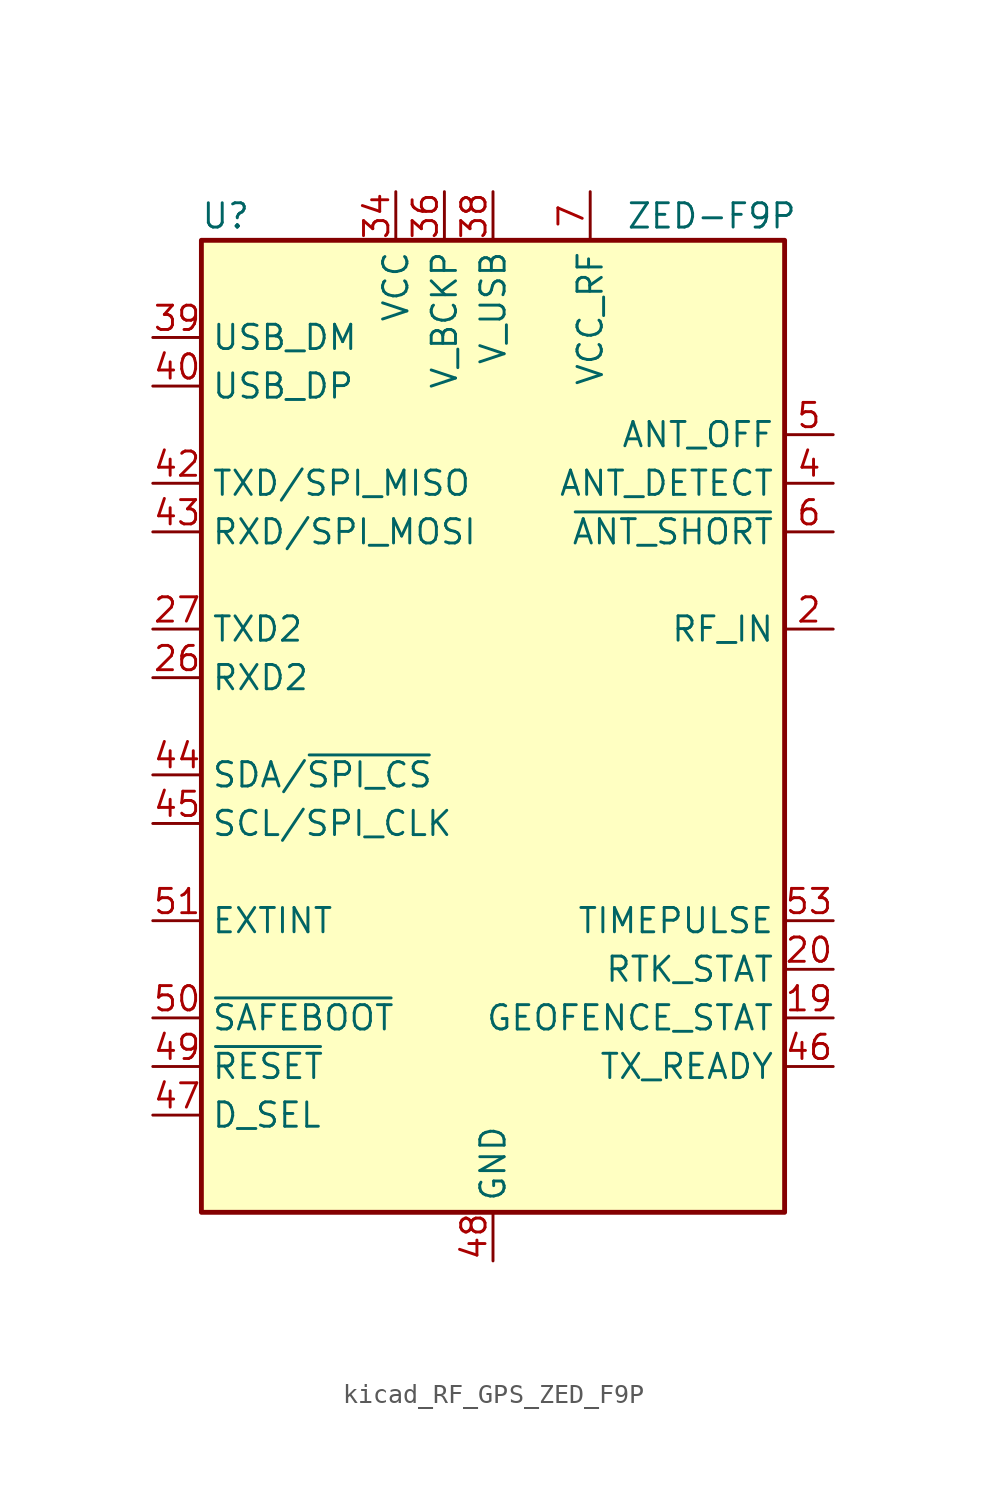
<source format=kicad_sym>
(kicad_symbol_lib
  (version 20220914)
  (generator kicad_symbol_editor)
  (symbol "kicad_RF_GPS_ZED_F9P"
    (property "Reference" "U"
      (at -13.97 26.67 0)
      (effects (font (size 1.27 1.27))))
    (property "Value" "ZED-F9P"
      (at 11.43 26.67 0)
      (effects (font (size 1.27 1.27))))
    (symbol "kicad_RF_GPS_ZED_F9P_0_1"
      (rectangle (start -15.24 25.4) (end 15.24 -25.4) (stroke (width 0.254) (type default)) (fill (type background))))
    (symbol "kicad_RF_GPS_ZED_F9P_1_1"
      (pin passive line (at 0 -27.94 90) (length 2.54) hide (name "GND" (effects (font (size 1.27 1.27)))) (number "1" (effects (font (size 1.27 1.27)))))
      (pin no_connect line (at -15.24 7.62 0) (length 2.54) hide (name "Reserved" (effects (font (size 1.27 1.27)))) (number "10" (effects (font (size 1.27 1.27)))))
      (pin no_connect line (at -15.24 0 0) (length 2.54) hide (name "Reserved" (effects (font (size 1.27 1.27)))) (number "11" (effects (font (size 1.27 1.27)))))
      (pin passive line (at 0 -27.94 90) (length 2.54) hide (name "GND" (effects (font (size 1.27 1.27)))) (number "12" (effects (font (size 1.27 1.27)))))
      (pin no_connect line (at -15.24 -7.62 0) (length 2.54) hide (name "Reserved" (effects (font (size 1.27 1.27)))) (number "13" (effects (font (size 1.27 1.27)))))
      (pin passive line (at 0 -27.94 90) (length 2.54) hide (name "GND" (effects (font (size 1.27 1.27)))) (number "14" (effects (font (size 1.27 1.27)))))
      (pin no_connect line (at -15.24 -12.7 0) (length 2.54) hide (name "Reserved" (effects (font (size 1.27 1.27)))) (number "15" (effects (font (size 1.27 1.27)))))
      (pin no_connect line (at -7.62 -25.4 90) (length 2.54) hide (name "Reserved" (effects (font (size 1.27 1.27)))) (number "16" (effects (font (size 1.27 1.27)))))
      (pin no_connect line (at -5.08 -25.4 90) (length 2.54) hide (name "Reserved" (effects (font (size 1.27 1.27)))) (number "17" (effects (font (size 1.27 1.27)))))
      (pin no_connect line (at -2.54 -25.4 90) (length 2.54) hide (name "Reserved" (effects (font (size 1.27 1.27)))) (number "18" (effects (font (size 1.27 1.27)))))
      (pin output line (at 17.78 -15.24 180) (length 2.54) (name "GEOFENCE_STAT" (effects (font (size 1.27 1.27)))) (number "19" (effects (font (size 1.27 1.27)))))
      (pin input line (at 17.78 5.08 180) (length 2.54) (name "RF_IN" (effects (font (size 1.27 1.27)))) (number "2" (effects (font (size 1.27 1.27)))))
      (pin output line (at 17.78 -12.7 180) (length 2.54) (name "RTK_STAT" (effects (font (size 1.27 1.27)))) (number "20" (effects (font (size 1.27 1.27)))))
      (pin no_connect line (at 2.54 -25.4 90) (length 2.54) hide (name "Reserved" (effects (font (size 1.27 1.27)))) (number "21" (effects (font (size 1.27 1.27)))))
      (pin no_connect line (at 5.08 -25.4 90) (length 2.54) hide (name "Reserved" (effects (font (size 1.27 1.27)))) (number "22" (effects (font (size 1.27 1.27)))))
      (pin no_connect line (at 7.62 -25.4 90) (length 2.54) hide (name "Reserved" (effects (font (size 1.27 1.27)))) (number "23" (effects (font (size 1.27 1.27)))))
      (pin no_connect line (at 15.24 -7.62 180) (length 2.54) hide (name "Reserved" (effects (font (size 1.27 1.27)))) (number "24" (effects (font (size 1.27 1.27)))))
      (pin no_connect line (at 15.24 -5.08 180) (length 2.54) hide (name "Reserved" (effects (font (size 1.27 1.27)))) (number "25" (effects (font (size 1.27 1.27)))))
      (pin input line (at -17.78 2.54 0) (length 2.54) (name "RXD2" (effects (font (size 1.27 1.27)))) (number "26" (effects (font (size 1.27 1.27)))))
      (pin output line (at -17.78 5.08 0) (length 2.54) (name "TXD2" (effects (font (size 1.27 1.27)))) (number "27" (effects (font (size 1.27 1.27)))))
      (pin no_connect line (at 15.24 -2.54 180) (length 2.54) hide (name "Reserved" (effects (font (size 1.27 1.27)))) (number "28" (effects (font (size 1.27 1.27)))))
      (pin no_connect line (at 15.24 0 180) (length 2.54) hide (name "Reserved" (effects (font (size 1.27 1.27)))) (number "29" (effects (font (size 1.27 1.27)))))
      (pin passive line (at 0 -27.94 90) (length 2.54) hide (name "GND" (effects (font (size 1.27 1.27)))) (number "3" (effects (font (size 1.27 1.27)))))
      (pin no_connect line (at 15.24 2.54 180) (length 2.54) hide (name "Reserved" (effects (font (size 1.27 1.27)))) (number "30" (effects (font (size 1.27 1.27)))))
      (pin no_connect line (at 15.24 7.62 180) (length 2.54) hide (name "Reserved" (effects (font (size 1.27 1.27)))) (number "31" (effects (font (size 1.27 1.27)))))
      (pin passive line (at 0 -27.94 90) (length 2.54) hide (name "GND" (effects (font (size 1.27 1.27)))) (number "32" (effects (font (size 1.27 1.27)))))
      (pin passive line (at -5.08 27.94 270) (length 2.54) hide (name "VCC" (effects (font (size 1.27 1.27)))) (number "33" (effects (font (size 1.27 1.27)))))
      (pin power_in line (at -5.08 27.94 270) (length 2.54) (name "VCC" (effects (font (size 1.27 1.27)))) (number "34" (effects (font (size 1.27 1.27)))))
      (pin no_connect line (at 15.24 17.78 180) (length 2.54) hide (name "Reserved" (effects (font (size 1.27 1.27)))) (number "35" (effects (font (size 1.27 1.27)))))
      (pin power_in line (at -2.54 27.94 270) (length 2.54) (name "V_BCKP" (effects (font (size 1.27 1.27)))) (number "36" (effects (font (size 1.27 1.27)))))
      (pin passive line (at 0 -27.94 90) (length 2.54) hide (name "GND" (effects (font (size 1.27 1.27)))) (number "37" (effects (font (size 1.27 1.27)))))
      (pin power_in line (at 0 27.94 270) (length 2.54) (name "V_USB" (effects (font (size 1.27 1.27)))) (number "38" (effects (font (size 1.27 1.27)))))
      (pin bidirectional line (at -17.78 20.32 0) (length 2.54) (name "USB_DM" (effects (font (size 1.27 1.27)))) (number "39" (effects (font (size 1.27 1.27)))))
      (pin input line (at 17.78 12.7 180) (length 2.54) (name "ANT_DETECT" (effects (font (size 1.27 1.27)))) (number "4" (effects (font (size 1.27 1.27)))))
      (pin bidirectional line (at -17.78 17.78 0) (length 2.54) (name "USB_DP" (effects (font (size 1.27 1.27)))) (number "40" (effects (font (size 1.27 1.27)))))
      (pin passive line (at 0 -27.94 90) (length 2.54) hide (name "GND" (effects (font (size 1.27 1.27)))) (number "41" (effects (font (size 1.27 1.27)))))
      (pin output line (at -17.78 12.7 0) (length 2.54) (name "TXD/SPI_MISO" (effects (font (size 1.27 1.27)))) (number "42" (effects (font (size 1.27 1.27)))))
      (pin input line (at -17.78 10.16 0) (length 2.54) (name "RXD/SPI_MOSI" (effects (font (size 1.27 1.27)))) (number "43" (effects (font (size 1.27 1.27)))))
      (pin bidirectional line (at -17.78 -2.54 0) (length 2.54) (name "SDA/~{SPI_CS}" (effects (font (size 1.27 1.27)))) (number "44" (effects (font (size 1.27 1.27)))))
      (pin bidirectional line (at -17.78 -5.08 0) (length 2.54) (name "SCL/SPI_CLK" (effects (font (size 1.27 1.27)))) (number "45" (effects (font (size 1.27 1.27)))))
      (pin output line (at 17.78 -17.78 180) (length 2.54) (name "TX_READY" (effects (font (size 1.27 1.27)))) (number "46" (effects (font (size 1.27 1.27)))))
      (pin input line (at -17.78 -20.32 0) (length 2.54) (name "D_SEL" (effects (font (size 1.27 1.27)))) (number "47" (effects (font (size 1.27 1.27)))))
      (pin power_in line (at 0 -27.94 90) (length 2.54) (name "GND" (effects (font (size 1.27 1.27)))) (number "48" (effects (font (size 1.27 1.27)))))
      (pin input line (at -17.78 -17.78 0) (length 2.54) (name "~{RESET}" (effects (font (size 1.27 1.27)))) (number "49" (effects (font (size 1.27 1.27)))))
      (pin output line (at 17.78 15.24 180) (length 2.54) (name "ANT_OFF" (effects (font (size 1.27 1.27)))) (number "5" (effects (font (size 1.27 1.27)))))
      (pin input line (at -17.78 -15.24 0) (length 2.54) (name "~{SAFEBOOT}" (effects (font (size 1.27 1.27)))) (number "50" (effects (font (size 1.27 1.27)))))
      (pin input line (at -17.78 -10.16 0) (length 2.54) (name "EXTINT" (effects (font (size 1.27 1.27)))) (number "51" (effects (font (size 1.27 1.27)))))
      (pin no_connect line (at 15.24 20.32 180) (length 2.54) hide (name "Reserved" (effects (font (size 1.27 1.27)))) (number "52" (effects (font (size 1.27 1.27)))))
      (pin output line (at 17.78 -10.16 180) (length 2.54) (name "TIMEPULSE" (effects (font (size 1.27 1.27)))) (number "53" (effects (font (size 1.27 1.27)))))
      (pin no_connect line (at 15.24 22.86 180) (length 2.54) hide (name "Reserved" (effects (font (size 1.27 1.27)))) (number "54" (effects (font (size 1.27 1.27)))))
      (pin passive line (at 0 -27.94 90) (length 2.54) hide (name "GND" (effects (font (size 1.27 1.27)))) (number "55" (effects (font (size 1.27 1.27)))))
      (pin input line (at 17.78 10.16 180) (length 2.54) (name "~{ANT_SHORT}" (effects (font (size 1.27 1.27)))) (number "6" (effects (font (size 1.27 1.27)))))
      (pin power_out line (at 5.08 27.94 270) (length 2.54) (name "VCC_RF" (effects (font (size 1.27 1.27)))) (number "7" (effects (font (size 1.27 1.27)))))
      (pin no_connect line (at -15.24 22.86 0) (length 2.54) hide (name "Reserved" (effects (font (size 1.27 1.27)))) (number "8" (effects (font (size 1.27 1.27)))))
      (pin no_connect line (at -15.24 15.24 0) (length 2.54) hide (name "Reserved" (effects (font (size 1.27 1.27)))) (number "9" (effects (font (size 1.27 1.27))))))))
</source>
